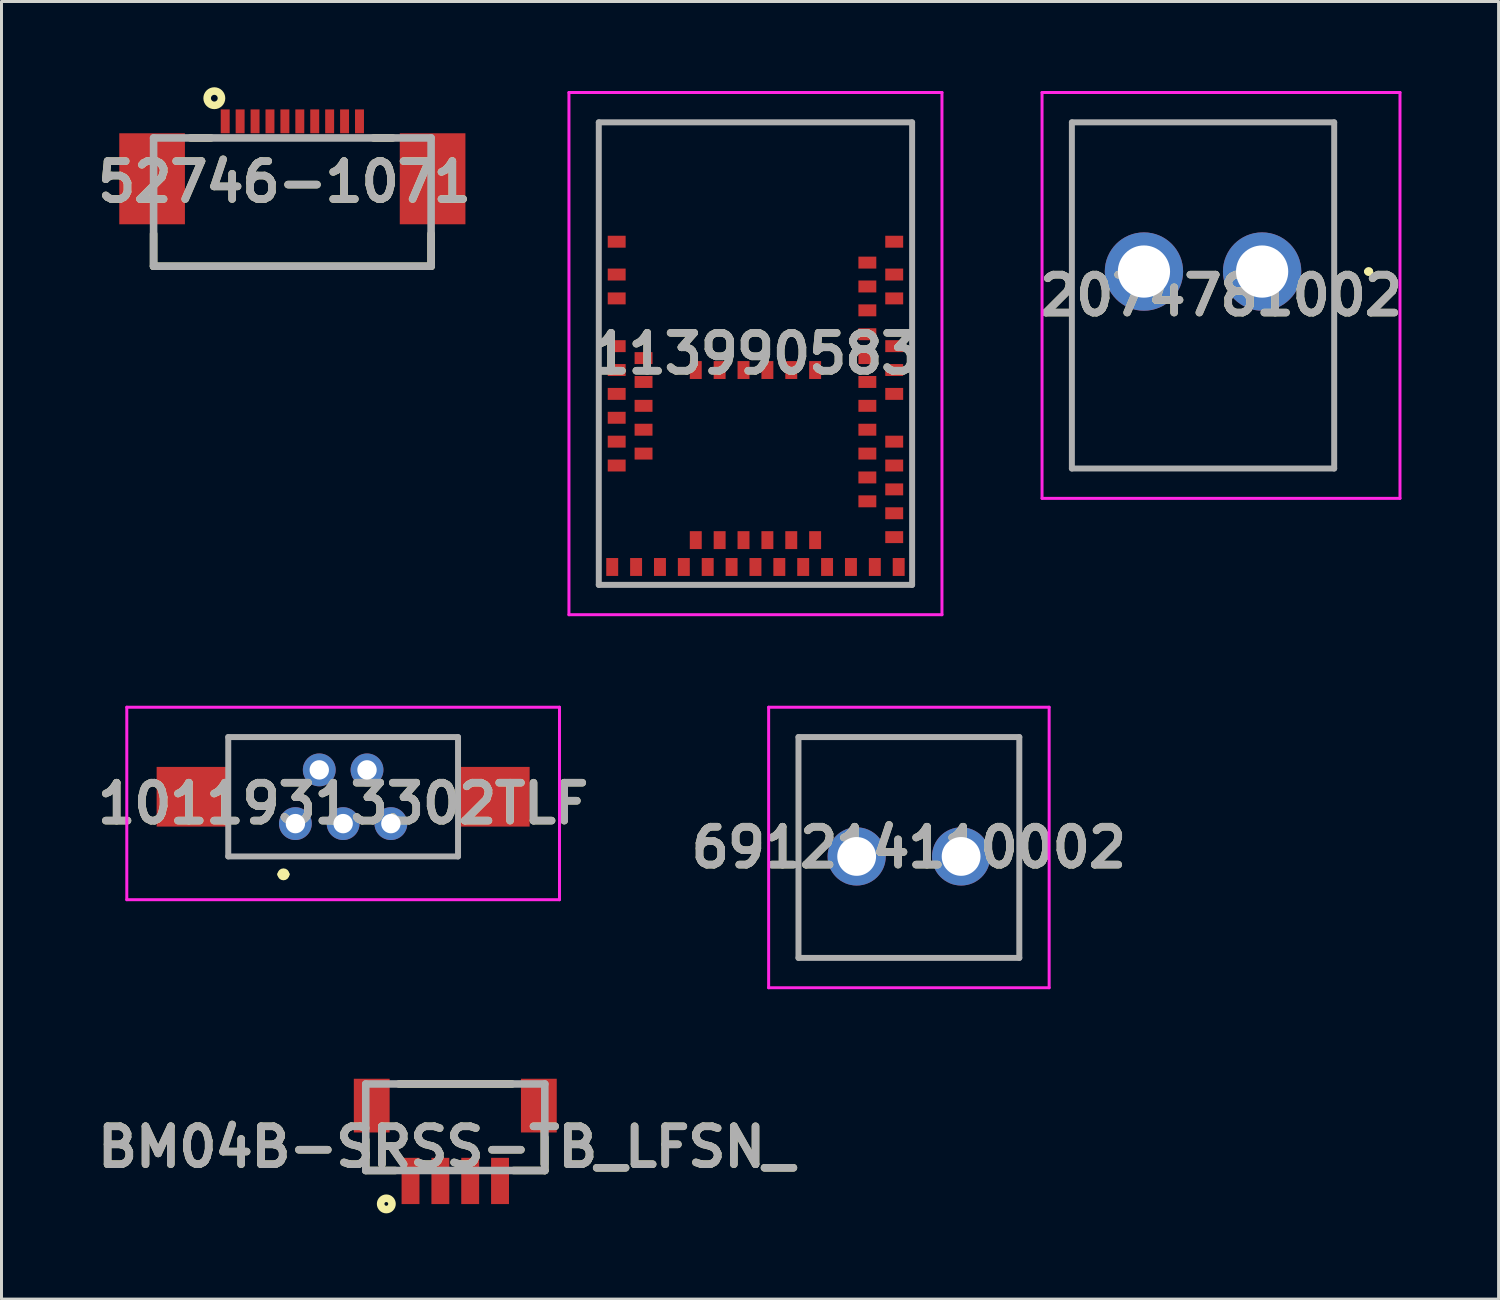
<source format=kicad_pcb>
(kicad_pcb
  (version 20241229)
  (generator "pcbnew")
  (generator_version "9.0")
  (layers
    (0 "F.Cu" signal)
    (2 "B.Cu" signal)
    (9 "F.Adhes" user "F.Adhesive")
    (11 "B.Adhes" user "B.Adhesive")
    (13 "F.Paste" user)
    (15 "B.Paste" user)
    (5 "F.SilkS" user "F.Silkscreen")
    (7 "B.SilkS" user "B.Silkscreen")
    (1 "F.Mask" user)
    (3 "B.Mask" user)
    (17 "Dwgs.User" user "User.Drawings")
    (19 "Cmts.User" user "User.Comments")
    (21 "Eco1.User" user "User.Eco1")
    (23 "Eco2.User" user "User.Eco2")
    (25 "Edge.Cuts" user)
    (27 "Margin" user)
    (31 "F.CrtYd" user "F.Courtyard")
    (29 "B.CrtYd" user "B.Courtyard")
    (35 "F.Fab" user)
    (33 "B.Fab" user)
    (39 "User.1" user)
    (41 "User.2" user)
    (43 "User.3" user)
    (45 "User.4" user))
  (footprint "BM04B-SRSS-TB_LFSN_"
    (layer "F.Cu")
    (at 9.207 36.075)
    (property "Reference" "BM04B-SRSS-TB_LFSN_" (at 2.689 -0.686 0) (layer "F.SilkS") (effects (font (size 1.27 1.27) (thickness 0.254))))
    (attr smd)
    (fp_line (start 0 0) (end 0 -0.928) (stroke (width 0.254) (type solid)) (layer "F.SilkS"))
    (fp_line (start 0 0.1) (end 0.987 0.1) (stroke (width 0.254) (type solid)) (layer "F.SilkS"))
    (fp_line (start 1.113 -2.8) (end 4.901 -2.8) (stroke (width 0.254) (type solid)) (layer "F.SilkS"))
    (fp_line (start 6 0.1) (end 4.955 0.1) (stroke (width 0.254) (type solid)) (layer "F.SilkS"))
    (fp_line (start 6 0.1) (end 6 -1.009) (stroke (width 0.254) (type solid)) (layer "F.SilkS"))
    (fp_circle (center 0.689 1.219) (end 0.689 1.282) (stroke (width 0.254) (type solid)) (fill no) (layer "F.SilkS"))
    (fp_line (start 0 -2.8) (end 6 -2.8) (stroke (width 0.254) (type solid)) (layer "F.Fab"))
    (fp_line (start 0 0.1) (end 0 -2.8) (stroke (width 0.254) (type solid)) (layer "F.Fab"))
    (fp_line (start 6 -2.8) (end 6 0.1) (stroke (width 0.254) (type solid)) (layer "F.Fab"))
    (fp_line (start 6 0.1) (end 0 0.1) (stroke (width 0.254) (type solid)) (layer "F.Fab"))
    (fp_text user "${REFERENCE}" (at 2.689 -0.686 0) (layer "F.Fab") (effects (font (size 1.27 1.27) (thickness 0.254))))
    (pad "1" smd rect (at 1.5 0.45) (size 0.6 1.55) (layers "F.Cu" "F.Mask" "F.Paste"))
    (pad "2" smd rect (at 2.5 0.45) (size 0.6 1.55) (layers "F.Cu" "F.Mask" "F.Paste"))
    (pad "3" smd rect (at 3.5 0.45) (size 0.6 1.55) (layers "F.Cu" "F.Mask" "F.Paste"))
    (pad "4" smd rect (at 4.5 0.45) (size 0.6 1.55) (layers "F.Cu" "F.Mask" "F.Paste"))
    (pad "5" smd rect (at 0.2 -2.075) (size 1.2 1.8) (layers "F.Cu" "F.Mask" "F.Paste"))
    (pad "6" smd rect (at 5.8 -2.075) (size 1.2 1.8) (layers "F.Cu" "F.Mask" "F.Paste")))
  (footprint "113990583"
    (layer "F.Cu")
    (at 22.266 8.8)
    (property "Reference" "113990583" (at 0 0 0) (layer "F.SilkS") (effects (font (size 1.27 1.27) (thickness 0.254))))
    (attr smd)
    (fp_line (start -5.25 -7.75) (end -5.25 7.75) (stroke (width 0.1) (type solid)) (layer "F.SilkS"))
    (fp_line (start -5.25 7.75) (end 5.25 7.75) (stroke (width 0.1) (type solid)) (layer "F.SilkS"))
    (fp_line (start 5.25 -7.75) (end -5.25 -7.75) (stroke (width 0.1) (type solid)) (layer "F.SilkS"))
    (fp_line (start 5.25 7.75) (end 5.25 -7.75) (stroke (width 0.1) (type solid)) (layer "F.SilkS"))
    (fp_line (start -6.25 -8.75) (end 6.25 -8.75) (stroke (width 0.1) (type solid)) (layer "F.CrtYd"))
    (fp_line (start -6.25 8.75) (end -6.25 -8.75) (stroke (width 0.1) (type solid)) (layer "F.CrtYd"))
    (fp_line (start 6.25 -8.75) (end 6.25 8.75) (stroke (width 0.1) (type solid)) (layer "F.CrtYd"))
    (fp_line (start 6.25 8.75) (end -6.25 8.75) (stroke (width 0.1) (type solid)) (layer "F.CrtYd"))
    (fp_line (start -5.25 -7.75) (end -5.25 7.75) (stroke (width 0.2) (type solid)) (layer "F.Fab"))
    (fp_line (start -5.25 7.75) (end 5.25 7.75) (stroke (width 0.2) (type solid)) (layer "F.Fab"))
    (fp_line (start 5.25 -7.75) (end -5.25 -7.75) (stroke (width 0.2) (type solid)) (layer "F.Fab"))
    (fp_line (start 5.25 7.75) (end 5.25 -7.75) (stroke (width 0.2) (type solid)) (layer "F.Fab"))
    (fp_text user "${REFERENCE}" (at 0 0 0) (layer "F.Fab") (effects (font (size 1.27 1.27) (thickness 0.254))))
    (pad "1" smd rect (at -4.65 -3.75 90) (size 0.4 0.6) (layers "F.Cu" "F.Mask" "F.Paste"))
    (pad "2" smd rect (at -4.65 -2.65 90) (size 0.4 0.6) (layers "F.Cu" "F.Mask" "F.Paste"))
    (pad "3" smd rect (at -4.65 -1.85 90) (size 0.4 0.6) (layers "F.Cu" "F.Mask" "F.Paste"))
    (pad "4" smd rect (at -4.65 -0.25 90) (size 0.4 0.6) (layers "F.Cu" "F.Mask" "F.Paste"))
    (pad "5" smd rect (at -3.75 0.15 90) (size 0.4 0.6) (layers "F.Cu" "F.Mask" "F.Paste"))
    (pad "6" smd rect (at -4.65 0.55 90) (size 0.4 0.6) (layers "F.Cu" "F.Mask" "F.Paste"))
    (pad "7" smd rect (at -3.75 0.95 90) (size 0.4 0.6) (layers "F.Cu" "F.Mask" "F.Paste"))
    (pad "8" smd rect (at -4.65 1.35 90) (size 0.4 0.6) (layers "F.Cu" "F.Mask" "F.Paste"))
    (pad "9" smd rect (at -3.75 1.75 90) (size 0.4 0.6) (layers "F.Cu" "F.Mask" "F.Paste"))
    (pad "10" smd rect (at -4.65 2.15 90) (size 0.4 0.6) (layers "F.Cu" "F.Mask" "F.Paste"))
    (pad "11" smd rect (at -3.75 2.55 90) (size 0.4 0.6) (layers "F.Cu" "F.Mask" "F.Paste"))
    (pad "12" smd rect (at -4.65 2.95 90) (size 0.4 0.6) (layers "F.Cu" "F.Mask" "F.Paste"))
    (pad "13" smd rect (at -3.75 3.35 90) (size 0.4 0.6) (layers "F.Cu" "F.Mask" "F.Paste"))
    (pad "14" smd rect (at -4.65 3.75 90) (size 0.4 0.6) (layers "F.Cu" "F.Mask" "F.Paste"))
    (pad "15" smd rect (at -4.8 7.15) (size 0.4 0.6) (layers "F.Cu" "F.Mask" "F.Paste"))
    (pad "16" smd rect (at -4 7.15) (size 0.4 0.6) (layers "F.Cu" "F.Mask" "F.Paste"))
    (pad "17" smd rect (at -3.2 7.15) (size 0.4 0.6) (layers "F.Cu" "F.Mask" "F.Paste"))
    (pad "18" smd rect (at -2.4 7.15) (size 0.4 0.6) (layers "F.Cu" "F.Mask" "F.Paste"))
    (pad "19" smd rect (at -2 6.25) (size 0.4 0.6) (layers "F.Cu" "F.Mask" "F.Paste"))
    (pad "20" smd rect (at -1.6 7.15) (size 0.4 0.6) (layers "F.Cu" "F.Mask" "F.Paste"))
    (pad "21" smd rect (at -1.2 6.25) (size 0.4 0.6) (layers "F.Cu" "F.Mask" "F.Paste"))
    (pad "22" smd rect (at -0.8 7.15) (size 0.4 0.6) (layers "F.Cu" "F.Mask" "F.Paste"))
    (pad "23" smd rect (at -0.4 6.25) (size 0.4 0.6) (layers "F.Cu" "F.Mask" "F.Paste"))
    (pad "24" smd rect (at 0 7.15) (size 0.4 0.6) (layers "F.Cu" "F.Mask" "F.Paste"))
    (pad "25" smd rect (at 0.4 6.25) (size 0.4 0.6) (layers "F.Cu" "F.Mask" "F.Paste"))
    (pad "26" smd rect (at 0.8 7.15) (size 0.4 0.6) (layers "F.Cu" "F.Mask" "F.Paste"))
    (pad "27" smd rect (at 1.2 6.25) (size 0.4 0.6) (layers "F.Cu" "F.Mask" "F.Paste"))
    (pad "28" smd rect (at 1.6 7.15) (size 0.4 0.6) (layers "F.Cu" "F.Mask" "F.Paste"))
    (pad "29" smd rect (at 2 6.25) (size 0.4 0.6) (layers "F.Cu" "F.Mask" "F.Paste"))
    (pad "30" smd rect (at 2.4 7.15) (size 0.4 0.6) (layers "F.Cu" "F.Mask" "F.Paste"))
    (pad "31" smd rect (at 3.2 7.15) (size 0.4 0.6) (layers "F.Cu" "F.Mask" "F.Paste"))
    (pad "32" smd rect (at 4 7.15) (size 0.4 0.6) (layers "F.Cu" "F.Mask" "F.Paste"))
    (pad "33" smd rect (at 4.8 7.15) (size 0.4 0.6) (layers "F.Cu" "F.Mask" "F.Paste"))
    (pad "34" smd rect (at 4.65 6.15 90) (size 0.4 0.6) (layers "F.Cu" "F.Mask" "F.Paste"))
    (pad "35" smd rect (at 4.65 5.35 90) (size 0.4 0.6) (layers "F.Cu" "F.Mask" "F.Paste"))
    (pad "36" smd rect (at 3.75 4.95 90) (size 0.4 0.6) (layers "F.Cu" "F.Mask" "F.Paste"))
    (pad "37" smd rect (at 4.65 4.55 90) (size 0.4 0.6) (layers "F.Cu" "F.Mask" "F.Paste"))
    (pad "38" smd rect (at 3.75 4.15 90) (size 0.4 0.6) (layers "F.Cu" "F.Mask" "F.Paste"))
    (pad "39" smd rect (at 4.65 3.75 90) (size 0.4 0.6) (layers "F.Cu" "F.Mask" "F.Paste"))
    (pad "40" smd rect (at 3.75 3.35 90) (size 0.4 0.6) (layers "F.Cu" "F.Mask" "F.Paste"))
    (pad "41" smd rect (at 4.65 2.95 90) (size 0.4 0.6) (layers "F.Cu" "F.Mask" "F.Paste"))
    (pad "42" smd rect (at 3.75 2.55 90) (size 0.4 0.6) (layers "F.Cu" "F.Mask" "F.Paste"))
    (pad "43" smd rect (at 3.75 1.75 90) (size 0.4 0.6) (layers "F.Cu" "F.Mask" "F.Paste"))
    (pad "44" smd rect (at 4.65 1.35 90) (size 0.4 0.6) (layers "F.Cu" "F.Mask" "F.Paste"))
    (pad "45" smd rect (at 3.75 0.95 90) (size 0.4 0.6) (layers "F.Cu" "F.Mask" "F.Paste"))
    (pad "46" smd rect (at 4.65 0.55 90) (size 0.4 0.6) (layers "F.Cu" "F.Mask" "F.Paste"))
    (pad "47" smd rect (at 3.75 0.15 90) (size 0.4 0.6) (layers "F.Cu" "F.Mask" "F.Paste"))
    (pad "48" smd rect (at 4.65 -0.25 90) (size 0.4 0.6) (layers "F.Cu" "F.Mask" "F.Paste"))
    (pad "49" smd rect (at 3.75 -0.65 90) (size 0.4 0.6) (layers "F.Cu" "F.Mask" "F.Paste"))
    (pad "50" smd rect (at 3.75 -1.45 90) (size 0.4 0.6) (layers "F.Cu" "F.Mask" "F.Paste"))
    (pad "51" smd rect (at 4.65 -1.85 90) (size 0.4 0.6) (layers "F.Cu" "F.Mask" "F.Paste"))
    (pad "52" smd rect (at 3.75 -2.25 90) (size 0.4 0.6) (layers "F.Cu" "F.Mask" "F.Paste"))
    (pad "53" smd rect (at 4.65 -2.65 90) (size 0.4 0.6) (layers "F.Cu" "F.Mask" "F.Paste"))
    (pad "54" smd rect (at 3.75 -3.05 90) (size 0.4 0.6) (layers "F.Cu" "F.Mask" "F.Paste"))
    (pad "55" smd rect (at 4.65 -3.75 90) (size 0.4 0.6) (layers "F.Cu" "F.Mask" "F.Paste"))
    (pad "56" smd rect (at -2 0.55) (size 0.4 0.6) (layers "F.Cu" "F.Mask" "F.Paste"))
    (pad "57" smd rect (at -1.2 0.55) (size 0.4 0.6) (layers "F.Cu" "F.Mask" "F.Paste"))
    (pad "58" smd rect (at -0.4 0.55) (size 0.4 0.6) (layers "F.Cu" "F.Mask" "F.Paste"))
    (pad "59" smd rect (at 0.4 0.55) (size 0.4 0.6) (layers "F.Cu" "F.Mask" "F.Paste"))
    (pad "60" smd rect (at 1.2 0.55) (size 0.4 0.6) (layers "F.Cu" "F.Mask" "F.Paste"))
    (pad "61" smd rect (at 2 0.55) (size 0.4 0.6) (layers "F.Cu" "F.Mask" "F.Paste")))
  (footprint "2074781002"
    (layer "F.Cu")
    (at 39.245 6.05)
    (property "Reference" "2074781002" (at -1.377 0.8 0) (layer "F.SilkS") (effects (font (size 1.27 1.27) (thickness 0.254))))
    (attr through_hole)
    (fp_line (start -6.375 -5) (end 2.415 -5) (stroke (width 0.1) (type solid)) (layer "F.SilkS"))
    (fp_line (start -6.375 6.6) (end -6.375 0) (stroke (width 0.1) (type solid)) (layer "F.SilkS"))
    (fp_line (start 2.415 -5) (end 2.415 6.6) (stroke (width 0.1) (type solid)) (layer "F.SilkS"))
    (fp_line (start 2.415 6.6) (end -6.375 6.6) (stroke (width 0.1) (type solid)) (layer "F.SilkS"))
    (fp_line (start 3.52 0) (end 3.52 0) (stroke (width 0.2) (type solid)) (layer "F.SilkS"))
    (fp_line (start 3.62 0) (end 3.62 0) (stroke (width 0.2) (type solid)) (layer "F.SilkS"))
    (fp_arc (start 3.52 0) (mid 3.57 -0.05) (end 3.62 0) (stroke (width 0.2) (type solid)) (layer "F.SilkS"))
    (fp_arc (start 3.62 0) (mid 3.57 0.05) (end 3.52 0) (stroke (width 0.2) (type solid)) (layer "F.SilkS"))
    (fp_line (start -7.375 -6) (end -7.375 7.6) (stroke (width 0.1) (type solid)) (layer "F.CrtYd"))
    (fp_line (start -7.375 7.6) (end 4.62 7.6) (stroke (width 0.1) (type solid)) (layer "F.CrtYd"))
    (fp_line (start 4.62 -6) (end -7.375 -6) (stroke (width 0.1) (type solid)) (layer "F.CrtYd"))
    (fp_line (start 4.62 7.6) (end 4.62 -6) (stroke (width 0.1) (type solid)) (layer "F.CrtYd"))
    (fp_line (start -6.375 -5) (end -6.375 6.6) (stroke (width 0.2) (type solid)) (layer "F.Fab"))
    (fp_line (start -6.375 6.6) (end 2.415 6.6) (stroke (width 0.2) (type solid)) (layer "F.Fab"))
    (fp_line (start 2.415 -5) (end -6.375 -5) (stroke (width 0.2) (type solid)) (layer "F.Fab"))
    (fp_line (start 2.415 6.6) (end 2.415 -5) (stroke (width 0.2) (type solid)) (layer "F.Fab"))
    (fp_text user "${REFERENCE}" (at -1.377 0.8 0) (layer "F.Fab") (effects (font (size 1.27 1.27) (thickness 0.254))))
    (pad "" np_thru_hole circle (at -5.46 -2.5) (size 0.001 0.001) (drill 1.5) (layers "*.Cu" "*.Mask"))
    (pad "1" thru_hole circle (at 0 0) (size 2.625 2.625) (drill 1.75) (layers "*.Cu" "*.Mask"))
    (pad "2" thru_hole circle (at -3.96 0) (size 2.625 2.625) (drill 1.75) (layers "*.Cu" "*.Mask")))
  (footprint "691214110002"
    (layer "F.Cu")
    (at 25.658 25.65)
    (property "Reference" "691214110002" (at 1.75 -0.3 0) (layer "F.SilkS") (effects (font (size 1.27 1.27) (thickness 0.254))))
    (attr through_hole)
    (fp_line (start -1.95 -4) (end 5.45 -4) (stroke (width 0.1) (type solid)) (layer "F.SilkS"))
    (fp_line (start -1.95 3.4) (end -1.95 -4) (stroke (width 0.1) (type solid)) (layer "F.SilkS"))
    (fp_line (start 5.45 -4) (end 5.45 3.4) (stroke (width 0.1) (type solid)) (layer "F.SilkS"))
    (fp_line (start 5.45 3.4) (end -1.95 3.4) (stroke (width 0.1) (type solid)) (layer "F.SilkS"))
    (fp_line (start -2.95 -5) (end 6.45 -5) (stroke (width 0.1) (type solid)) (layer "F.CrtYd"))
    (fp_line (start -2.95 4.4) (end -2.95 -5) (stroke (width 0.1) (type solid)) (layer "F.CrtYd"))
    (fp_line (start 6.45 -5) (end 6.45 4.4) (stroke (width 0.1) (type solid)) (layer "F.CrtYd"))
    (fp_line (start 6.45 4.4) (end -2.95 4.4) (stroke (width 0.1) (type solid)) (layer "F.CrtYd"))
    (fp_line (start -1.95 -4) (end 5.45 -4) (stroke (width 0.2) (type solid)) (layer "F.Fab"))
    (fp_line (start -1.95 3.4) (end -1.95 -4) (stroke (width 0.2) (type solid)) (layer "F.Fab"))
    (fp_line (start 5.45 -4) (end 5.45 3.4) (stroke (width 0.2) (type solid)) (layer "F.Fab"))
    (fp_line (start 5.45 3.4) (end -1.95 3.4) (stroke (width 0.2) (type solid)) (layer "F.Fab"))
    (fp_text user "${REFERENCE}" (at 1.75 -0.3 0) (layer "F.Fab") (effects (font (size 1.27 1.27) (thickness 0.254))))
    (pad "1" thru_hole circle (at 0 0) (size 1.95 1.95) (drill 1.3) (layers "*.Cu" "*.Mask"))
    (pad "2" thru_hole circle (at 3.5 0) (size 1.95 1.95) (drill 1.3) (layers "*.Cu" "*.Mask")))
  (footprint "52746-1071"
    (layer "F.Cu")
    (at 2.097 1.572)
    (property "Reference" "52746-1071" (at 4.386 1.473 0) (layer "F.SilkS") (effects (font (size 1.27 1.27) (thickness 0.254))))
    (attr smd)
    (fp_line (start 0 4.3) (end 0 3.214) (stroke (width 0.254) (type solid)) (layer "F.SilkS"))
    (fp_line (start 0 4.3) (end 9.3 4.3) (stroke (width 0.254) (type solid)) (layer "F.SilkS"))
    (fp_line (start 1.242 0) (end 1.922 0) (stroke (width 0.254) (type solid)) (layer "F.SilkS"))
    (fp_line (start 7.374 0) (end 8.011 0) (stroke (width 0.254) (type solid)) (layer "F.SilkS"))
    (fp_line (start 9.3 4.3) (end 9.3 3.214) (stroke (width 0.254) (type solid)) (layer "F.SilkS"))
    (fp_circle (center 2.035 -1.331) (end 2.035 -1.218) (stroke (width 0.254) (type solid)) (fill no) (layer "F.SilkS"))
    (fp_line (start 0 0) (end 9.3 0) (stroke (width 0.254) (type solid)) (layer "F.Fab"))
    (fp_line (start 0 4.3) (end 0 0) (stroke (width 0.254) (type solid)) (layer "F.Fab"))
    (fp_line (start 9.3 0) (end 9.3 4.3) (stroke (width 0.254) (type solid)) (layer "F.Fab"))
    (fp_line (start 9.3 4.3) (end 0 4.3) (stroke (width 0.254) (type solid)) (layer "F.Fab"))
    (fp_text user "${REFERENCE}" (at 4.386 1.473 0) (layer "F.Fab") (effects (font (size 1.27 1.27) (thickness 0.254))))
    (pad "1" smd rect (at 2.4 -0.556) (size 0.3 0.8) (layers "F.Cu" "F.Mask" "F.Paste"))
    (pad "2" smd rect (at 2.9 -0.556) (size 0.3 0.8) (layers "F.Cu" "F.Mask" "F.Paste"))
    (pad "3" smd rect (at 3.4 -0.556) (size 0.3 0.8) (layers "F.Cu" "F.Mask" "F.Paste"))
    (pad "4" smd rect (at 3.9 -0.556) (size 0.3 0.8) (layers "F.Cu" "F.Mask" "F.Paste"))
    (pad "5" smd rect (at 4.4 -0.556) (size 0.3 0.8) (layers "F.Cu" "F.Mask" "F.Paste"))
    (pad "6" smd rect (at 4.9 -0.556) (size 0.3 0.8) (layers "F.Cu" "F.Mask" "F.Paste"))
    (pad "7" smd rect (at 5.4 -0.556) (size 0.3 0.8) (layers "F.Cu" "F.Mask" "F.Paste"))
    (pad "8" smd rect (at 5.9 -0.556) (size 0.3 0.8) (layers "F.Cu" "F.Mask" "F.Paste"))
    (pad "9" smd rect (at 6.4 -0.556) (size 0.3 0.8) (layers "F.Cu" "F.Mask" "F.Paste"))
    (pad "10" smd rect (at 6.9 -0.556) (size 0.3 0.8) (layers "F.Cu" "F.Mask" "F.Paste"))
    (pad "11" smd rect (at -0.05 1.369) (size 2.2 3.05) (layers "F.Cu" "F.Mask" "F.Paste"))
    (pad "12" smd rect (at 9.35 1.369) (size 2.2 3.05) (layers "F.Cu" "F.Mask" "F.Paste")))
  (footprint "10119313302TLF"
    (layer "F.Cu")
    (at 6.849 24.55)
    (property "Reference" "10119313302TLF" (at 1.6 -0.675 0) (layer "F.SilkS") (effects (font (size 1.27 1.27) (thickness 0.254))))
    (attr through_hole)
    (fp_line (start -2.25 -2.9) (end 5.45 -2.9) (stroke (width 0.1) (type solid)) (layer "F.SilkS"))
    (fp_line (start -2.25 -2.4) (end -2.25 -2.9) (stroke (width 0.1) (type solid)) (layer "F.SilkS"))
    (fp_line (start -2.25 0.6) (end -2.25 1.1) (stroke (width 0.1) (type solid)) (layer "F.SilkS"))
    (fp_line (start -2.25 1.1) (end 5.45 1.1) (stroke (width 0.1) (type solid)) (layer "F.SilkS"))
    (fp_line (start -0.5 1.7) (end -0.5 1.7) (stroke (width 0.2) (type solid)) (layer "F.SilkS"))
    (fp_line (start -0.3 1.7) (end -0.3 1.7) (stroke (width 0.2) (type solid)) (layer "F.SilkS"))
    (fp_line (start 5.45 -2.9) (end 5.45 -2.4) (stroke (width 0.1) (type solid)) (layer "F.SilkS"))
    (fp_line (start 5.45 1.1) (end 5.45 0.6) (stroke (width 0.1) (type solid)) (layer "F.SilkS"))
    (fp_arc (start -0.5 1.7) (mid -0.4 1.6) (end -0.3 1.7) (stroke (width 0.2) (type solid)) (layer "F.SilkS"))
    (fp_arc (start -0.3 1.7) (mid -0.4 1.8) (end -0.5 1.7) (stroke (width 0.2) (type solid)) (layer "F.SilkS"))
    (fp_line (start -5.65 -3.9) (end 8.85 -3.9) (stroke (width 0.1) (type solid)) (layer "F.CrtYd"))
    (fp_line (start -5.65 2.55) (end -5.65 -3.9) (stroke (width 0.1) (type solid)) (layer "F.CrtYd"))
    (fp_line (start 8.85 -3.9) (end 8.85 2.55) (stroke (width 0.1) (type solid)) (layer "F.CrtYd"))
    (fp_line (start 8.85 2.55) (end -5.65 2.55) (stroke (width 0.1) (type solid)) (layer "F.CrtYd"))
    (fp_line (start -2.25 -2.9) (end 5.45 -2.9) (stroke (width 0.2) (type solid)) (layer "F.Fab"))
    (fp_line (start -2.25 1.1) (end -2.25 -2.9) (stroke (width 0.2) (type solid)) (layer "F.Fab"))
    (fp_line (start 5.45 -2.9) (end 5.45 1.1) (stroke (width 0.2) (type solid)) (layer "F.Fab"))
    (fp_line (start 5.45 1.1) (end -2.25 1.1) (stroke (width 0.2) (type solid)) (layer "F.Fab"))
    (fp_text user "${REFERENCE}" (at 1.6 -0.675 0) (layer "F.Fab") (effects (font (size 1.27 1.27) (thickness 0.254))))
    (pad "1" thru_hole circle (at 0 0) (size 1.1 1.1) (drill 0.65) (layers "*.Cu" "*.Mask"))
    (pad "2" thru_hole circle (at 0.8 -1.8) (size 1.1 1.1) (drill 0.65) (layers "*.Cu" "*.Mask"))
    (pad "3" thru_hole circle (at 1.6 0) (size 1.1 1.1) (drill 0.65) (layers "*.Cu" "*.Mask"))
    (pad "4" thru_hole circle (at 2.4 -1.8) (size 1.1 1.1) (drill 0.65) (layers "*.Cu" "*.Mask"))
    (pad "5" thru_hole circle (at 3.2 0) (size 1.1 1.1) (drill 0.65) (layers "*.Cu" "*.Mask"))
    (pad "MP1" smd rect (at -3.45 -0.9 90) (size 2 2.4) (layers "F.Cu" "F.Mask" "F.Paste"))
    (pad "MP2" smd rect (at 6.65 -0.9 90) (size 2 2.4) (layers "F.Cu" "F.Mask" "F.Paste")))
  (gr_rect
    (start -3 -3)
    (end 47.169 40.484)
    (stroke (width 0.1) (type default))
    (fill no)
    (layer "Edge.Cuts")))
</source>
